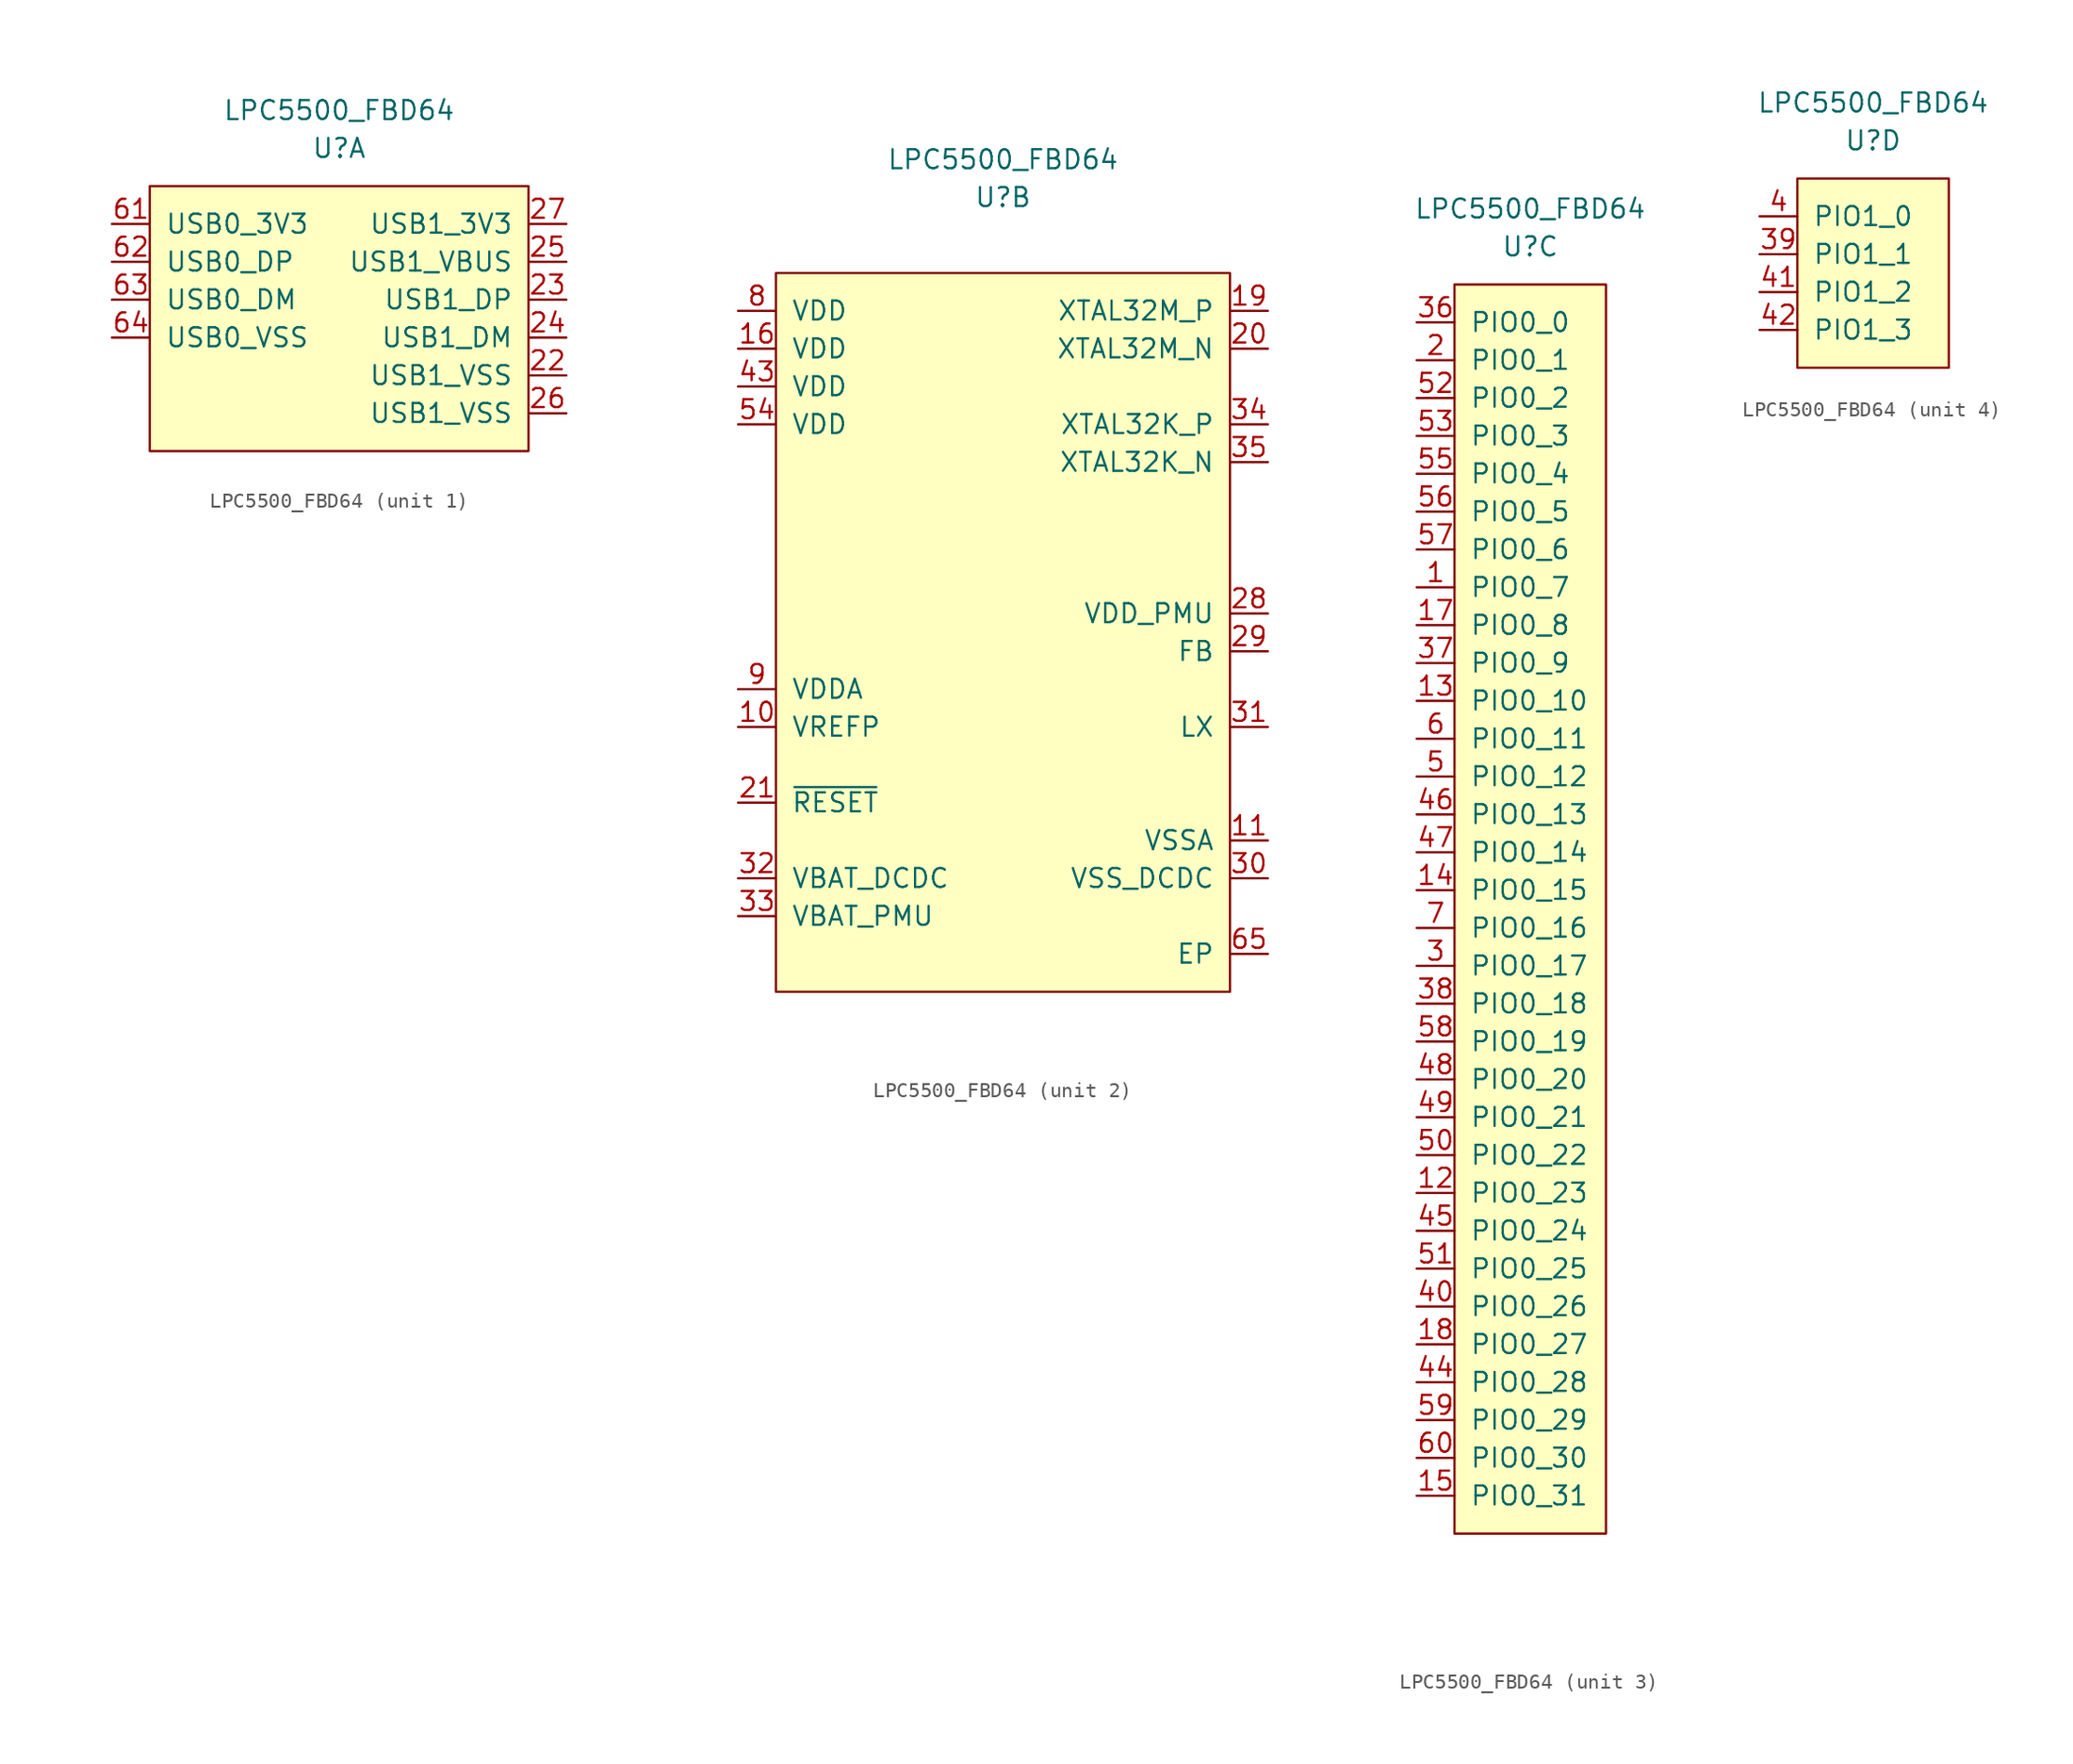
<source format=kicad_sym>
(kicad_symbol_lib
  (version 20231120)
  (generator "kicad_symbol_editor")
  (generator_version "8.0")
  (symbol "LPC5500_FBD64"
    (pin_names
      (offset 1.016))
    (property "Reference" "U"
      (at 0 10.16 0)
      (effects (font (size 1.27 1.27))))
    (property "Value" "LPC5500_FBD64"
      (at 0 12.7 0)
      (effects (font (size 1.27 1.27))))
    (property "ki_locked" ""
      (at 0 0 0)
      (effects (font (size 1.27 1.27))))
    (symbol "LPC5500_FBD64_1_1"
      (rectangle (start -12.7 7.62) (end 12.7 -10.16) (stroke (width 0) (type default)) (fill (type background)))
      (pin power_in line (at 15.24 -5.08 180) (length 2.54) (name "USB1_VSS" (effects (font (size 1.27 1.27)))) (number "22" (effects (font (size 1.27 1.27)))))
      (pin bidirectional line (at 15.24 0 180) (length 2.54) (name "USB1_DP" (effects (font (size 1.27 1.27)))) (number "23" (effects (font (size 1.27 1.27)))))
      (pin bidirectional line (at 15.24 -2.54 180) (length 2.54) (name "USB1_DM" (effects (font (size 1.27 1.27)))) (number "24" (effects (font (size 1.27 1.27)))))
      (pin power_in line (at 15.24 2.54 180) (length 2.54) (name "USB1_VBUS" (effects (font (size 1.27 1.27)))) (number "25" (effects (font (size 1.27 1.27)))))
      (pin power_in line (at 15.24 -7.62 180) (length 2.54) (name "USB1_VSS" (effects (font (size 1.27 1.27)))) (number "26" (effects (font (size 1.27 1.27)))))
      (pin power_in line (at 15.24 5.08 180) (length 2.54) (name "USB1_3V3" (effects (font (size 1.27 1.27)))) (number "27" (effects (font (size 1.27 1.27)))))
      (pin power_in line (at -15.24 5.08 0) (length 2.54) (name "USB0_3V3" (effects (font (size 1.27 1.27)))) (number "61" (effects (font (size 1.27 1.27)))))
      (pin bidirectional line (at -15.24 2.54 0) (length 2.54) (name "USB0_DP" (effects (font (size 1.27 1.27)))) (number "62" (effects (font (size 1.27 1.27)))))
      (pin bidirectional line (at -15.24 0 0) (length 2.54) (name "USB0_DM" (effects (font (size 1.27 1.27)))) (number "63" (effects (font (size 1.27 1.27)))))
      (pin power_in line (at -15.24 -2.54 0) (length 2.54) (name "USB0_VSS" (effects (font (size 1.27 1.27)))) (number "64" (effects (font (size 1.27 1.27))))))
    (symbol "LPC5500_FBD64_2_1"
      (rectangle (start -15.24 5.08) (end 15.24 -43.18) (stroke (width 0) (type default)) (fill (type background)))
      (pin power_in line (at -17.78 -25.4 0) (length 2.54) (name "VREFP" (effects (font (size 1.27 1.27)))) (number "10" (effects (font (size 1.27 1.27)))))
      (pin power_in line (at 17.78 -33.02 180) (length 2.54) (name "VSSA" (effects (font (size 1.27 1.27)))) (number "11" (effects (font (size 1.27 1.27)))))
      (pin power_in line (at -17.78 0 0) (length 2.54) (name "VDD" (effects (font (size 1.27 1.27)))) (number "16" (effects (font (size 1.27 1.27)))))
      (pin input line (at 17.78 2.54 180) (length 2.54) (name "XTAL32M_P" (effects (font (size 1.27 1.27)))) (number "19" (effects (font (size 1.27 1.27)))))
      (pin input line (at 17.78 0 180) (length 2.54) (name "XTAL32M_N" (effects (font (size 1.27 1.27)))) (number "20" (effects (font (size 1.27 1.27)))))
      (pin input line (at -17.78 -30.48 0) (length 2.54) (name "~{RESET}" (effects (font (size 1.27 1.27)))) (number "21" (effects (font (size 1.27 1.27)))))
      (pin power_in line (at 17.78 -17.78 180) (length 2.54) (name "VDD_PMU" (effects (font (size 1.27 1.27)))) (number "28" (effects (font (size 1.27 1.27)))))
      (pin power_in line (at 17.78 -20.32 180) (length 2.54) (name "FB" (effects (font (size 1.27 1.27)))) (number "29" (effects (font (size 1.27 1.27)))))
      (pin power_in line (at 17.78 -35.56 180) (length 2.54) (name "VSS_DCDC" (effects (font (size 1.27 1.27)))) (number "30" (effects (font (size 1.27 1.27)))))
      (pin power_out line (at 17.78 -25.4 180) (length 2.54) (name "LX" (effects (font (size 1.27 1.27)))) (number "31" (effects (font (size 1.27 1.27)))))
      (pin power_in line (at -17.78 -35.56 0) (length 2.54) (name "VBAT_DCDC" (effects (font (size 1.27 1.27)))) (number "32" (effects (font (size 1.27 1.27)))))
      (pin power_in line (at -17.78 -38.1 0) (length 2.54) (name "VBAT_PMU" (effects (font (size 1.27 1.27)))) (number "33" (effects (font (size 1.27 1.27)))))
      (pin input line (at 17.78 -5.08 180) (length 2.54) (name "XTAL32K_P" (effects (font (size 1.27 1.27)))) (number "34" (effects (font (size 1.27 1.27)))))
      (pin input line (at 17.78 -7.62 180) (length 2.54) (name "XTAL32K_N" (effects (font (size 1.27 1.27)))) (number "35" (effects (font (size 1.27 1.27)))))
      (pin power_in line (at -17.78 -2.54 0) (length 2.54) (name "VDD" (effects (font (size 1.27 1.27)))) (number "43" (effects (font (size 1.27 1.27)))))
      (pin power_in line (at -17.78 -5.08 0) (length 2.54) (name "VDD" (effects (font (size 1.27 1.27)))) (number "54" (effects (font (size 1.27 1.27)))))
      (pin power_in line (at 17.78 -40.64 180) (length 2.54) (name "EP" (effects (font (size 1.27 1.27)))) (number "65" (effects (font (size 1.27 1.27)))))
      (pin power_in line (at -17.78 2.54 0) (length 2.54) (name "VDD" (effects (font (size 1.27 1.27)))) (number "8" (effects (font (size 1.27 1.27)))))
      (pin power_in line (at -17.78 -22.86 0) (length 2.54) (name "VDDA" (effects (font (size 1.27 1.27)))) (number "9" (effects (font (size 1.27 1.27))))))
    (symbol "LPC5500_FBD64_3_1"
      (rectangle (start -5.08 7.62) (end 5.08 -76.2) (stroke (width 0) (type default)) (fill (type background)))
      (pin bidirectional line (at -7.62 -12.7 0) (length 2.54) (name "PIO0_7" (effects (font (size 1.27 1.27)))) (number "1" (effects (font (size 1.27 1.27)))))
      (pin bidirectional line (at -7.62 -53.34 0) (length 2.54) (name "PIO0_23" (effects (font (size 1.27 1.27)))) (number "12" (effects (font (size 1.27 1.27)))))
      (pin bidirectional line (at -7.62 -20.32 0) (length 2.54) (name "PIO0_10" (effects (font (size 1.27 1.27)))) (number "13" (effects (font (size 1.27 1.27)))))
      (pin bidirectional line (at -7.62 -33.02 0) (length 2.54) (name "PIO0_15" (effects (font (size 1.27 1.27)))) (number "14" (effects (font (size 1.27 1.27)))))
      (pin bidirectional line (at -7.62 -73.66 0) (length 2.54) (name "PIO0_31" (effects (font (size 1.27 1.27)))) (number "15" (effects (font (size 1.27 1.27)))))
      (pin bidirectional line (at -7.62 -15.24 0) (length 2.54) (name "PIO0_8" (effects (font (size 1.27 1.27)))) (number "17" (effects (font (size 1.27 1.27)))))
      (pin bidirectional line (at -7.62 -63.5 0) (length 2.54) (name "PIO0_27" (effects (font (size 1.27 1.27)))) (number "18" (effects (font (size 1.27 1.27)))))
      (pin bidirectional line (at -7.62 2.54 0) (length 2.54) (name "PIO0_1" (effects (font (size 1.27 1.27)))) (number "2" (effects (font (size 1.27 1.27)))))
      (pin bidirectional line (at -7.62 -38.1 0) (length 2.54) (name "PIO0_17" (effects (font (size 1.27 1.27)))) (number "3" (effects (font (size 1.27 1.27)))))
      (pin bidirectional line (at -7.62 5.08 0) (length 2.54) (name "PIO0_0" (effects (font (size 1.27 1.27)))) (number "36" (effects (font (size 1.27 1.27)))))
      (pin bidirectional line (at -7.62 -17.78 0) (length 2.54) (name "PIO0_9" (effects (font (size 1.27 1.27)))) (number "37" (effects (font (size 1.27 1.27)))))
      (pin bidirectional line (at -7.62 -40.64 0) (length 2.54) (name "PIO0_18" (effects (font (size 1.27 1.27)))) (number "38" (effects (font (size 1.27 1.27)))))
      (pin bidirectional line (at -7.62 -60.96 0) (length 2.54) (name "PIO0_26" (effects (font (size 1.27 1.27)))) (number "40" (effects (font (size 1.27 1.27)))))
      (pin bidirectional line (at -7.62 -66.04 0) (length 2.54) (name "PIO0_28" (effects (font (size 1.27 1.27)))) (number "44" (effects (font (size 1.27 1.27)))))
      (pin bidirectional line (at -7.62 -55.88 0) (length 2.54) (name "PIO0_24" (effects (font (size 1.27 1.27)))) (number "45" (effects (font (size 1.27 1.27)))))
      (pin bidirectional line (at -7.62 -27.94 0) (length 2.54) (name "PIO0_13" (effects (font (size 1.27 1.27)))) (number "46" (effects (font (size 1.27 1.27)))))
      (pin bidirectional line (at -7.62 -30.48 0) (length 2.54) (name "PIO0_14" (effects (font (size 1.27 1.27)))) (number "47" (effects (font (size 1.27 1.27)))))
      (pin bidirectional line (at -7.62 -45.72 0) (length 2.54) (name "PIO0_20" (effects (font (size 1.27 1.27)))) (number "48" (effects (font (size 1.27 1.27)))))
      (pin bidirectional line (at -7.62 -48.26 0) (length 2.54) (name "PIO0_21" (effects (font (size 1.27 1.27)))) (number "49" (effects (font (size 1.27 1.27)))))
      (pin bidirectional line (at -7.62 -25.4 0) (length 2.54) (name "PIO0_12" (effects (font (size 1.27 1.27)))) (number "5" (effects (font (size 1.27 1.27)))))
      (pin bidirectional line (at -7.62 -50.8 0) (length 2.54) (name "PIO0_22" (effects (font (size 1.27 1.27)))) (number "50" (effects (font (size 1.27 1.27)))))
      (pin bidirectional line (at -7.62 -58.42 0) (length 2.54) (name "PIO0_25" (effects (font (size 1.27 1.27)))) (number "51" (effects (font (size 1.27 1.27)))))
      (pin bidirectional line (at -7.62 0 0) (length 2.54) (name "PIO0_2" (effects (font (size 1.27 1.27)))) (number "52" (effects (font (size 1.27 1.27)))))
      (pin bidirectional line (at -7.62 -2.54 0) (length 2.54) (name "PIO0_3" (effects (font (size 1.27 1.27)))) (number "53" (effects (font (size 1.27 1.27)))))
      (pin bidirectional line (at -7.62 -5.08 0) (length 2.54) (name "PIO0_4" (effects (font (size 1.27 1.27)))) (number "55" (effects (font (size 1.27 1.27)))))
      (pin bidirectional line (at -7.62 -7.62 0) (length 2.54) (name "PIO0_5" (effects (font (size 1.27 1.27)))) (number "56" (effects (font (size 1.27 1.27)))))
      (pin bidirectional line (at -7.62 -10.16 0) (length 2.54) (name "PIO0_6" (effects (font (size 1.27 1.27)))) (number "57" (effects (font (size 1.27 1.27)))))
      (pin bidirectional line (at -7.62 -43.18 0) (length 2.54) (name "PIO0_19" (effects (font (size 1.27 1.27)))) (number "58" (effects (font (size 1.27 1.27)))))
      (pin bidirectional line (at -7.62 -68.58 0) (length 2.54) (name "PIO0_29" (effects (font (size 1.27 1.27)))) (number "59" (effects (font (size 1.27 1.27)))))
      (pin bidirectional line (at -7.62 -22.86 0) (length 2.54) (name "PIO0_11" (effects (font (size 1.27 1.27)))) (number "6" (effects (font (size 1.27 1.27)))))
      (pin bidirectional line (at -7.62 -71.12 0) (length 2.54) (name "PIO0_30" (effects (font (size 1.27 1.27)))) (number "60" (effects (font (size 1.27 1.27)))))
      (pin bidirectional line (at -7.62 -35.56 0) (length 2.54) (name "PIO0_16" (effects (font (size 1.27 1.27)))) (number "7" (effects (font (size 1.27 1.27))))))
    (symbol "LPC5500_FBD64_4_1"
      (rectangle (start -5.08 7.62) (end 5.08 -5.08) (stroke (width 0) (type default)) (fill (type background)))
      (pin bidirectional line (at -7.62 2.54 0) (length 2.54) (name "PIO1_1" (effects (font (size 1.27 1.27)))) (number "39" (effects (font (size 1.27 1.27)))))
      (pin bidirectional line (at -7.62 5.08 0) (length 2.54) (name "PIO1_0" (effects (font (size 1.27 1.27)))) (number "4" (effects (font (size 1.27 1.27)))))
      (pin bidirectional line (at -7.62 0 0) (length 2.54) (name "PIO1_2" (effects (font (size 1.27 1.27)))) (number "41" (effects (font (size 1.27 1.27)))))
      (pin bidirectional line (at -7.62 -2.54 0) (length 2.54) (name "PIO1_3" (effects (font (size 1.27 1.27)))) (number "42" (effects (font (size 1.27 1.27))))))))
</source>
